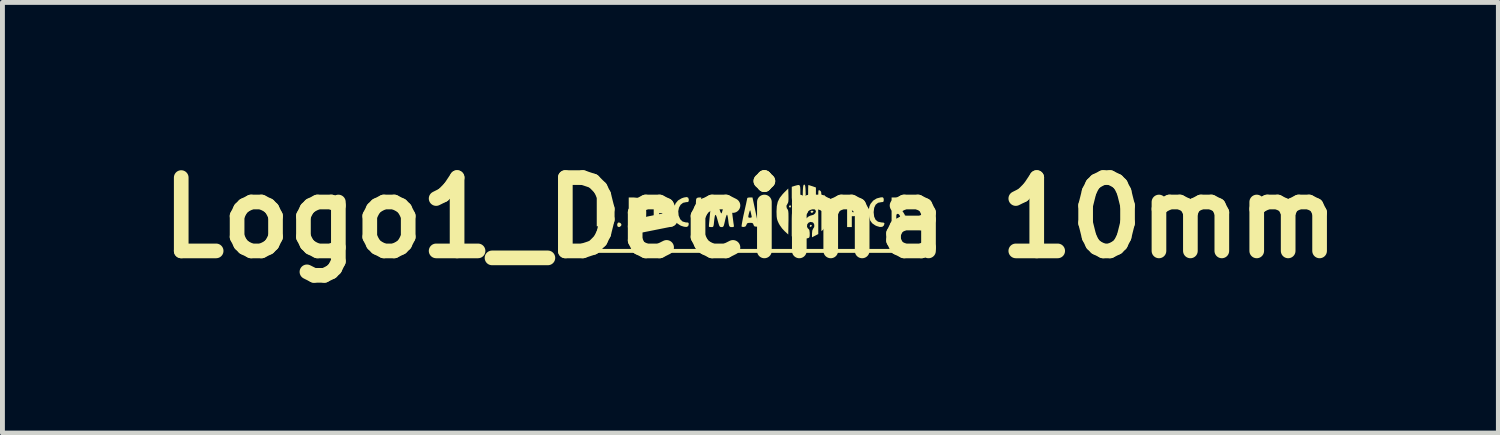
<source format=kicad_pcb>
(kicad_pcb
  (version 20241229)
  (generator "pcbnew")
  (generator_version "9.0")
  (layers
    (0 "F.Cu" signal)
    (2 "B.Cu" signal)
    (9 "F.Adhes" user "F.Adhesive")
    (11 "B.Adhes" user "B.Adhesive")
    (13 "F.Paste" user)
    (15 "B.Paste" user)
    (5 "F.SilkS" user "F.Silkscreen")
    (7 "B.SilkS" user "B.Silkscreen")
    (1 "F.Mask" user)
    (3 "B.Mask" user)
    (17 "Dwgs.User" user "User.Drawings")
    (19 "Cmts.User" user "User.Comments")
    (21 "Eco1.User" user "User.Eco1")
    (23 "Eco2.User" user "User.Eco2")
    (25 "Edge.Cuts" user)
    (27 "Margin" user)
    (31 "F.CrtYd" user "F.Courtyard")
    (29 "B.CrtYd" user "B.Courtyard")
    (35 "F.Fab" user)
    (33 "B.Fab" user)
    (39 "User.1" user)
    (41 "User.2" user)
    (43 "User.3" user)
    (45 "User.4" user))
  (footprint "Logo1_Decima 10mm"
    (layer "F.Cu")
    (at 12.3 1.404)
    (property "Reference" "Logo1_Decima 10mm" (at 0 0 0) (layer "F.SilkS") (effects (font (size 1.5 1.5) (thickness 0.3))))
    (attr board_only exclude_from_pos_files exclude_from_bom)
    (fp_poly (pts (xy 1.255 0.153) (xy 1.253 0.172) (xy 1.232 0.188) (xy 1.215 0.181) (xy 1.213 0.169) (xy 1.225 0.147) (xy 1.238 0.144)) (stroke (width 0) (type solid)) (fill yes) (layer "F.SilkS"))
    (fp_poly (pts (xy 0.828 -0.242) (xy 0.83 -0.231) (xy 0.82 -0.209) (xy 0.798 -0.213) (xy 0.793 -0.218) (xy 0.79 -0.238) (xy 0.806 -0.254) (xy 0.815 -0.255)) (stroke (width 0) (type solid)) (fill yes) (layer "F.SilkS"))
    (fp_poly (pts (xy 1.018 -0.135) (xy 1.021 -0.129) (xy 1.011 -0.108) (xy 0.99 -0.103) (xy 0.983 -0.107) (xy 0.974 -0.13) (xy 0.991 -0.143) (xy 0.997 -0.144)) (stroke (width 0) (type solid)) (fill yes) (layer "F.SilkS"))
    (fp_poly (pts (xy 1.286 -0.136) (xy 1.289 -0.125) (xy 1.27 -0.103) (xy 1.245 -0.102) (xy 1.239 -0.106) (xy 1.229 -0.129) (xy 1.247 -0.142) (xy 1.262 -0.144)) (stroke (width 0) (type solid)) (fill yes) (layer "F.SilkS"))
    (fp_poly (pts (xy 3.175 0.678) (xy 3.175 0.718) (xy 0.016 0.718) (xy -3.143 0.718) (xy -3.143 0.678) (xy -3.143 0.638) (xy 0.016 0.638) (xy 3.175 0.638)) (stroke (width 0) (type solid)) (fill yes) (layer "F.SilkS"))
    (fp_poly (pts (xy -2.662 0.107) (xy -2.648 0.12) (xy -2.637 0.145) (xy -2.648 0.168) (xy -2.676 0.188) (xy -2.691 0.191) (xy -2.716 0.179) (xy -2.722 0.168) (xy -2.725 0.131) (xy -2.71 0.103) (xy -2.691 0.096)) (stroke (width 0) (type solid)) (fill yes) (layer "F.SilkS"))
    (fp_poly (pts (xy -1.005 -0.112) (xy -1.005 0.191) (xy -1.051 0.191) (xy -1.096 0.191) (xy -1.106 0.045) (xy -1.112 -0.05) (xy -1.115 -0.144) (xy -1.116 -0.232) (xy -1.115 -0.307) (xy -1.112 -0.362) (xy -1.107 -0.39) (xy -1.084 -0.409) (xy -1.051 -0.415) (xy -1.005 -0.415)) (stroke (width 0) (type solid)) (fill yes) (layer "F.SilkS"))
    (fp_poly (pts (xy 1.113 -0.672) (xy 1.121 -0.649) (xy 1.126 -0.605) (xy 1.129 -0.538) (xy 1.131 -0.472) (xy 1.13 -0.43) (xy 1.125 -0.409) (xy 1.115 -0.4) (xy 1.101 -0.399) (xy 1.085 -0.401) (xy 1.076 -0.411) (xy 1.071 -0.435) (xy 1.071 -0.48) (xy 1.072 -0.538) (xy 1.076 -0.608) (xy 1.081 -0.651) (xy 1.089 -0.672) (xy 1.101 -0.678)) (stroke (width 0) (type solid)) (fill yes) (layer "F.SilkS"))
    (fp_poly (pts (xy 1.41 -0.563) (xy 1.42 -0.558) (xy 1.438 -0.544) (xy 1.448 -0.519) (xy 1.451 -0.475) (xy 1.452 -0.438) (xy 1.451 -0.382) (xy 1.446 -0.351) (xy 1.436 -0.338) (xy 1.42 -0.335) (xy 1.404 -0.338) (xy 1.394 -0.351) (xy 1.39 -0.38) (xy 1.388 -0.433) (xy 1.388 -0.455) (xy 1.389 -0.516) (xy 1.391 -0.55) (xy 1.398 -0.564)) (stroke (width 0) (type solid)) (fill yes) (layer "F.SilkS"))
    (fp_poly (pts (xy 1.551 -0.399) (xy 1.603 -0.281) (xy 1.625 -0.158) (xy 1.616 -0.031) (xy 1.576 0.095) (xy 1.565 0.119) (xy 1.536 0.174) (xy 1.506 0.22) (xy 1.484 0.247) (xy 1.452 0.276) (xy 1.452 -0.004) (xy 1.452 -0.108) (xy 1.454 -0.184) (xy 1.457 -0.236) (xy 1.461 -0.269) (xy 1.468 -0.287) (xy 1.475 -0.293) (xy 1.492 -0.316) (xy 1.502 -0.369) (xy 1.503 -0.386) (xy 1.508 -0.471)) (stroke (width 0) (type solid)) (fill yes) (layer "F.SilkS"))
    (fp_poly (pts (xy 0.778 -0.457) (xy 0.779 -0.382) (xy 0.776 -0.333) (xy 0.768 -0.302) (xy 0.759 -0.288) (xy 0.736 -0.243) (xy 0.744 -0.196) (xy 0.758 -0.175) (xy 0.768 -0.159) (xy 0.774 -0.133) (xy 0.778 -0.092) (xy 0.779 -0.03) (xy 0.779 0.056) (xy 0.778 0.097) (xy 0.774 0.343) (xy 0.698 0.273) (xy 0.648 0.219) (xy 0.601 0.153) (xy 0.579 0.114) (xy 0.557 0.066) (xy 0.544 0.023) (xy 0.537 -0.026) (xy 0.535 -0.092) (xy 0.534 -0.128) (xy 0.54 -0.237) (xy 0.56 -0.327) (xy 0.599 -0.405) (xy 0.659 -0.482) (xy 0.694 -0.519) (xy 0.774 -0.598)) (stroke (width 0) (type solid)) (fill yes) (layer "F.SilkS"))
    (fp_poly (pts (xy -2.888 -0.367) (xy -2.89 -0.338) (xy -2.902 -0.324) (xy -2.933 -0.319) (xy -2.96 -0.319) (xy -3.031 -0.319) (xy -3.031 -0.255) (xy -3.031 -0.191) (xy -2.96 -0.191) (xy -2.915 -0.19) (xy -2.895 -0.182) (xy -2.888 -0.162) (xy -2.888 -0.144) (xy -2.89 -0.114) (xy -2.902 -0.1) (xy -2.933 -0.096) (xy -2.96 -0.096) (xy -3.031 -0.096) (xy -3.031 -0.017) (xy -3.031 0.062) (xy -2.964 0.067) (xy -2.921 0.072) (xy -2.9 0.084) (xy -2.892 0.11) (xy -2.891 0.124) (xy -2.886 0.176) (xy -3.014 0.176) (xy -3.143 0.176) (xy -3.143 -0.12) (xy -3.143 -0.415) (xy -3.015 -0.415) (xy -2.888 -0.415)) (stroke (width 0) (type solid)) (fill yes) (layer "F.SilkS"))
    (fp_poly (pts (xy -1.723 -0.367) (xy -1.725 -0.338) (xy -1.737 -0.324) (xy -1.768 -0.319) (xy -1.795 -0.319) (xy -1.867 -0.319) (xy -1.867 -0.255) (xy -1.867 -0.191) (xy -1.795 -0.191) (xy -1.751 -0.19) (xy -1.73 -0.182) (xy -1.724 -0.162) (xy -1.723 -0.144) (xy -1.725 -0.114) (xy -1.737 -0.1) (xy -1.768 -0.096) (xy -1.795 -0.096) (xy -1.867 -0.096) (xy -1.867 -0.017) (xy -1.867 0.062) (xy -1.799 0.067) (xy -1.756 0.072) (xy -1.735 0.084) (xy -1.728 0.11) (xy -1.726 0.124) (xy -1.721 0.176) (xy -1.85 0.176) (xy -1.978 0.176) (xy -1.978 -0.12) (xy -1.978 -0.415) (xy -1.851 -0.415) (xy -1.723 -0.415)) (stroke (width 0) (type solid)) (fill yes) (layer "F.SilkS"))
    (fp_poly (pts (xy -1.273 -0.411) (xy -1.261 -0.376) (xy -1.26 -0.365) (xy -1.264 -0.334) (xy -1.28 -0.321) (xy -1.315 -0.319) (xy -1.378 -0.305) (xy -1.428 -0.266) (xy -1.461 -0.207) (xy -1.476 -0.133) (xy -1.469 -0.05) (xy -1.466 -0.039) (xy -1.436 0.031) (xy -1.388 0.077) (xy -1.324 0.095) (xy -1.313 0.096) (xy -1.276 0.098) (xy -1.263 0.111) (xy -1.263 0.14) (xy -1.273 0.172) (xy -1.3 0.186) (xy -1.316 0.188) (xy -1.36 0.183) (xy -1.414 0.166) (xy -1.436 0.156) (xy -1.5 0.113) (xy -1.542 0.058) (xy -1.564 -0.015) (xy -1.57 -0.103) (xy -1.561 -0.21) (xy -1.531 -0.293) (xy -1.48 -0.354) (xy -1.406 -0.398) (xy -1.359 -0.414) (xy -1.305 -0.423)) (stroke (width 0) (type solid)) (fill yes) (layer "F.SilkS"))
    (fp_poly (pts (xy 2.708 -0.417) (xy 2.723 -0.401) (xy 2.728 -0.367) (xy 2.724 -0.333) (xy 2.706 -0.321) (xy 2.679 -0.319) (xy 2.611 -0.306) (xy 2.562 -0.267) (xy 2.532 -0.204) (xy 2.521 -0.116) (xy 2.521 -0.112) (xy 2.531 -0.023) (xy 2.56 0.041) (xy 2.609 0.081) (xy 2.679 0.096) (xy 2.687 0.096) (xy 2.729 0.101) (xy 2.743 0.118) (xy 2.731 0.153) (xy 2.728 0.161) (xy 2.697 0.186) (xy 2.648 0.189) (xy 2.583 0.17) (xy 2.551 0.155) (xy 2.491 0.113) (xy 2.451 0.057) (xy 2.429 -0.018) (xy 2.422 -0.109) (xy 2.425 -0.181) (xy 2.435 -0.234) (xy 2.456 -0.282) (xy 2.457 -0.284) (xy 2.512 -0.351) (xy 2.585 -0.396) (xy 2.669 -0.417)) (stroke (width 0) (type solid)) (fill yes) (layer "F.SilkS"))
    (fp_poly (pts (xy 2.14 -0.406) (xy 2.204 -0.379) (xy 2.244 -0.338) (xy 2.25 -0.325) (xy 2.259 -0.285) (xy 2.265 -0.23) (xy 2.266 -0.205) (xy 2.262 -0.151) (xy 2.248 -0.113) (xy 2.219 -0.079) (xy 2.164 -0.04) (xy 2.123 -0.032) (xy 2.074 -0.032) (xy 2.074 0.08) (xy 2.074 0.191) (xy 2.026 0.191) (xy 1.978 0.191) (xy 1.978 -0.112) (xy 1.978 -0.215) (xy 2.074 -0.215) (xy 2.075 -0.159) (xy 2.08 -0.128) (xy 2.09 -0.114) (xy 2.105 -0.112) (xy 2.138 -0.125) (xy 2.153 -0.143) (xy 2.169 -0.192) (xy 2.167 -0.244) (xy 2.152 -0.287) (xy 2.125 -0.315) (xy 2.105 -0.319) (xy 2.088 -0.316) (xy 2.079 -0.301) (xy 2.075 -0.268) (xy 2.074 -0.215) (xy 1.978 -0.215) (xy 1.978 -0.415) (xy 2.059 -0.415)) (stroke (width 0) (type solid)) (fill yes) (layer "F.SilkS"))
    (fp_poly (pts (xy -2.389 -0.415) (xy -2.297 -0.406) (xy -2.228 -0.377) (xy -2.178 -0.327) (xy -2.147 -0.253) (xy -2.133 -0.154) (xy -2.131 -0.111) (xy -2.132 -0.044) (xy -2.138 0.002) (xy -2.151 0.039) (xy -2.174 0.076) (xy -2.217 0.126) (xy -2.274 0.157) (xy -2.349 0.173) (xy -2.413 0.175) (xy -2.489 0.176) (xy -2.489 -0.12) (xy -2.393 -0.12) (xy -2.393 -0.037) (xy -2.392 0.019) (xy -2.389 0.053) (xy -2.383 0.071) (xy -2.373 0.079) (xy -2.358 0.08) (xy -2.356 0.08) (xy -2.32 0.069) (xy -2.283 0.041) (xy -2.282 0.041) (xy -2.253 -0.01) (xy -2.237 -0.079) (xy -2.235 -0.153) (xy -2.247 -0.223) (xy -2.274 -0.278) (xy -2.282 -0.288) (xy -2.32 -0.312) (xy -2.353 -0.319) (xy -2.393 -0.319) (xy -2.393 -0.12) (xy -2.489 -0.12) (xy -2.489 -0.415)) (stroke (width 0) (type solid)) (fill yes) (layer "F.SilkS"))
    (fp_poly (pts (xy 0.103 -0.132) (xy 0.122 -0.04) (xy 0.139 0.041) (xy 0.153 0.106) (xy 0.162 0.15) (xy 0.165 0.168) (xy 0.153 0.179) (xy 0.121 0.183) (xy 0.12 0.183) (xy 0.084 0.177) (xy 0.066 0.153) (xy 0.064 0.144) (xy 0.053 0.117) (xy 0.03 0.106) (xy -0.008 0.104) (xy -0.05 0.107) (xy -0.071 0.12) (xy -0.08 0.144) (xy -0.099 0.177) (xy -0.131 0.188) (xy -0.165 0.187) (xy -0.181 0.18) (xy -0.18 0.16) (xy -0.173 0.115) (xy -0.161 0.05) (xy -0.148 -0.017) (xy -0.044 -0.017) (xy -0.035 -0.003) (xy -0.008 0) (xy 0.022 -0.005) (xy 0.027 -0.023) (xy 0.026 -0.028) (xy 0.018 -0.063) (xy 0.008 -0.109) (xy 0.007 -0.112) (xy -0.001 -0.146) (xy -0.008 -0.151) (xy -0.016 -0.136) (xy -0.028 -0.097) (xy -0.039 -0.052) (xy -0.044 -0.017) (xy -0.148 -0.017) (xy -0.145 -0.032) (xy -0.127 -0.112) (xy -0.107 -0.203) (xy -0.089 -0.282) (xy -0.076 -0.345) (xy -0.067 -0.388) (xy -0.064 -0.403) (xy -0.05 -0.411) (xy -0.016 -0.415) (xy -0.011 -0.415) (xy 0.042 -0.415)) (stroke (width 0) (type solid)) (fill yes) (layer "F.SilkS"))
    (fp_poly (pts (xy 3.052 -0.405) (xy 3.106 -0.375) (xy 3.136 -0.324) (xy 3.143 -0.268) (xy 3.137 -0.218) (xy 3.125 -0.178) (xy 3.12 -0.17) (xy 3.107 -0.145) (xy 3.117 -0.123) (xy 3.126 -0.113) (xy 3.156 -0.064) (xy 3.167 -0.004) (xy 3.161 0.059) (xy 3.138 0.114) (xy 3.101 0.153) (xy 3.087 0.16) (xy 3.046 0.169) (xy 2.99 0.175) (xy 2.967 0.176) (xy 2.888 0.176) (xy 2.888 0) (xy 2.984 0) (xy 2.988 0.055) (xy 3.003 0.08) (xy 3.028 0.074) (xy 3.044 0.061) (xy 3.062 0.026) (xy 3.063 -0.016) (xy 3.051 -0.054) (xy 3.027 -0.077) (xy 3.014 -0.08) (xy 2.996 -0.075) (xy 2.986 -0.056) (xy 2.984 -0.014) (xy 2.984 0) (xy 2.888 0) (xy 2.888 -0.12) (xy 2.888 -0.256) (xy 2.984 -0.256) (xy 2.986 -0.203) (xy 2.996 -0.179) (xy 3.013 -0.182) (xy 3.028 -0.195) (xy 3.046 -0.23) (xy 3.045 -0.274) (xy 3.027 -0.31) (xy 3.015 -0.319) (xy 2.997 -0.327) (xy 2.987 -0.319) (xy 2.984 -0.29) (xy 2.984 -0.256) (xy 2.888 -0.256) (xy 2.888 -0.415) (xy 2.973 -0.415)) (stroke (width 0) (type solid)) (fill yes) (layer "F.SilkS"))
    (fp_poly (pts (xy -0.443 -0.415) (xy -0.43 -0.412) (xy -0.419 -0.402) (xy -0.411 -0.381) (xy -0.403 -0.344) (xy -0.395 -0.287) (xy -0.385 -0.207) (xy -0.375 -0.12) (xy -0.365 -0.035) (xy -0.355 0.042) (xy -0.347 0.103) (xy -0.341 0.142) (xy -0.34 0.148) (xy -0.337 0.178) (xy -0.351 0.19) (xy -0.38 0.191) (xy -0.407 0.19) (xy -0.425 0.18) (xy -0.437 0.157) (xy -0.446 0.114) (xy -0.454 0.046) (xy -0.455 0.036) (xy -0.463 -0.016) (xy -0.472 -0.052) (xy -0.479 -0.064) (xy -0.489 -0.049) (xy -0.502 -0.011) (xy -0.516 0.044) (xy -0.52 0.064) (xy -0.535 0.127) (xy -0.546 0.165) (xy -0.559 0.184) (xy -0.575 0.191) (xy -0.591 0.191) (xy -0.612 0.189) (xy -0.627 0.179) (xy -0.64 0.155) (xy -0.654 0.111) (xy -0.67 0.054) (xy -0.689 -0.014) (xy -0.705 -0.052) (xy -0.718 -0.059) (xy -0.728 -0.034) (xy -0.737 0.022) (xy -0.743 0.075) (xy -0.749 0.135) (xy -0.756 0.17) (xy -0.766 0.186) (xy -0.783 0.191) (xy -0.797 0.191) (xy -0.832 0.189) (xy -0.848 0.184) (xy -0.849 0.166) (xy -0.846 0.122) (xy -0.84 0.057) (xy -0.832 -0.025) (xy -0.823 -0.115) (xy -0.79 -0.407) (xy -0.739 -0.412) (xy -0.711 -0.413) (xy -0.694 -0.405) (xy -0.682 -0.38) (xy -0.671 -0.332) (xy -0.67 -0.325) (xy -0.65 -0.237) (xy -0.63 -0.166) (xy -0.613 -0.116) (xy -0.598 -0.091) (xy -0.591 -0.09) (xy -0.582 -0.11) (xy -0.569 -0.155) (xy -0.553 -0.216) (xy -0.543 -0.259) (xy -0.527 -0.33) (xy -0.514 -0.375) (xy -0.503 -0.401) (xy -0.489 -0.412) (xy -0.471 -0.415) (xy -0.462 -0.415)) (stroke (width 0) (type solid)) (fill yes) (layer "F.SilkS"))
    (fp_poly (pts (xy 1.203 -0.665) (xy 1.239 -0.653) (xy 1.266 -0.645) (xy 1.34 -0.619) (xy 1.34 -0.453) (xy 1.341 -0.377) (xy 1.344 -0.328) (xy 1.349 -0.3) (xy 1.358 -0.288) (xy 1.364 -0.287) (xy 1.372 -0.283) (xy 1.379 -0.269) (xy 1.383 -0.24) (xy 1.386 -0.193) (xy 1.387 -0.123) (xy 1.388 -0.028) (xy 1.388 0.024) (xy 1.388 0.334) (xy 1.324 0.367) (xy 1.26 0.4) (xy 1.26 0.321) (xy 1.266 0.261) (xy 1.282 0.225) (xy 1.284 0.223) (xy 1.305 0.189) (xy 1.307 0.146) (xy 1.291 0.108) (xy 1.276 0.095) (xy 1.229 0.085) (xy 1.189 0.101) (xy 1.162 0.135) (xy 1.158 0.181) (xy 1.159 0.188) (xy 1.176 0.219) (xy 1.19 0.23) (xy 1.205 0.25) (xy 1.212 0.298) (xy 1.213 0.325) (xy 1.212 0.374) (xy 1.205 0.401) (xy 1.189 0.414) (xy 1.163 0.421) (xy 1.122 0.428) (xy 1.096 0.429) (xy 1.08 0.417) (xy 1.072 0.388) (xy 1.069 0.338) (xy 1.069 0.26) (xy 1.069 0.256) (xy 1.069 0.082) (xy 1.137 0.017) (xy 1.192 -0.027) (xy 1.237 -0.047) (xy 1.246 -0.048) (xy 1.289 -0.06) (xy 1.325 -0.09) (xy 1.34 -0.128) (xy 1.34 -0.13) (xy 1.327 -0.162) (xy 1.297 -0.192) (xy 1.263 -0.207) (xy 1.258 -0.207) (xy 1.226 -0.194) (xy 1.196 -0.163) (xy 1.181 -0.128) (xy 1.181 -0.123) (xy 1.17 -0.1) (xy 1.141 -0.063) (xy 1.101 -0.022) (xy 1.021 0.052) (xy 1.021 0.234) (xy 1.021 0.312) (xy 1.019 0.363) (xy 1.016 0.394) (xy 1.009 0.409) (xy 0.997 0.414) (xy 0.984 0.415) (xy 0.941 0.409) (xy 0.896 0.397) (xy 0.846 0.38) (xy 0.846 0.119) (xy 0.846 0.018) (xy 0.848 -0.058) (xy 0.852 -0.111) (xy 0.858 -0.149) (xy 0.867 -0.176) (xy 0.873 -0.188) (xy 0.89 -0.223) (xy 0.889 -0.247) (xy 0.873 -0.277) (xy 0.859 -0.306) (xy 0.851 -0.348) (xy 0.846 -0.41) (xy 0.846 -0.476) (xy 0.846 -0.633) (xy 0.907 -0.652) (xy 0.957 -0.666) (xy 0.99 -0.67) (xy 1.009 -0.659) (xy 1.018 -0.629) (xy 1.021 -0.575) (xy 1.021 -0.51) (xy 1.022 -0.434) (xy 1.025 -0.384) (xy 1.032 -0.355) (xy 1.043 -0.342) (xy 1.045 -0.341) (xy 1.061 -0.321) (xy 1.068 -0.285) (xy 1.067 -0.247) (xy 1.055 -0.22) (xy 1.049 -0.216) (xy 1.019 -0.208) (xy 0.986 -0.201) (xy 0.94 -0.179) (xy 0.921 -0.142) (xy 0.931 -0.095) (xy 0.962 -0.059) (xy 1 -0.049) (xy 1.037 -0.061) (xy 1.063 -0.093) (xy 1.069 -0.127) (xy 1.081 -0.171) (xy 1.101 -0.199) (xy 1.127 -0.242) (xy 1.133 -0.28) (xy 1.14 -0.322) (xy 1.157 -0.341) (xy 1.168 -0.352) (xy 1.175 -0.377) (xy 1.179 -0.422) (xy 1.181 -0.493) (xy 1.181 -0.51) (xy 1.181 -0.577) (xy 1.182 -0.63) (xy 1.184 -0.663) (xy 1.186 -0.67)) (stroke (width 0) (type solid)) (fill yes) (layer "F.SilkS")))
  (gr_rect
    (start -3 -3)
    (end 27.6 5.808)
    (stroke (width 0.1) (type default))
    (fill no)
    (layer "Edge.Cuts")))
</source>
